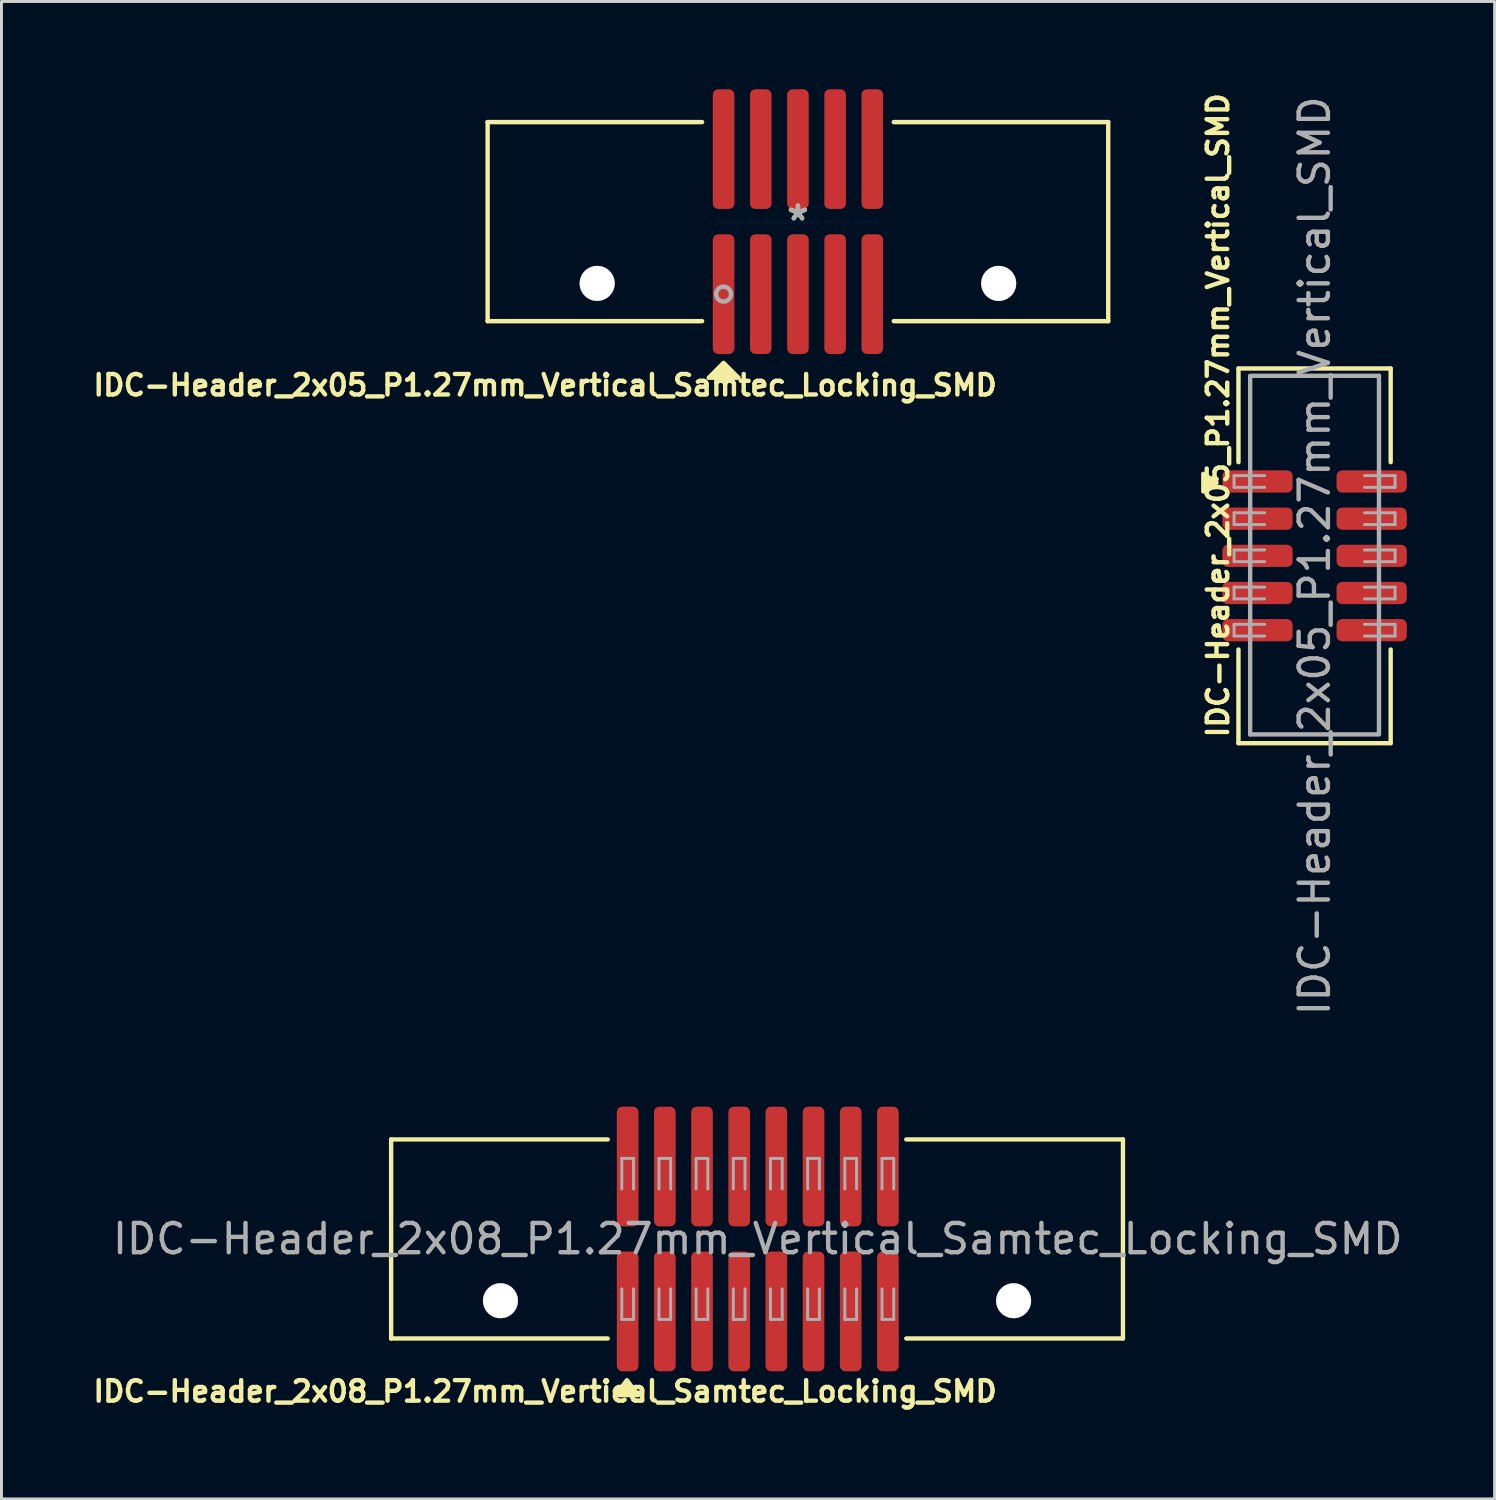
<source format=kicad_pcb>
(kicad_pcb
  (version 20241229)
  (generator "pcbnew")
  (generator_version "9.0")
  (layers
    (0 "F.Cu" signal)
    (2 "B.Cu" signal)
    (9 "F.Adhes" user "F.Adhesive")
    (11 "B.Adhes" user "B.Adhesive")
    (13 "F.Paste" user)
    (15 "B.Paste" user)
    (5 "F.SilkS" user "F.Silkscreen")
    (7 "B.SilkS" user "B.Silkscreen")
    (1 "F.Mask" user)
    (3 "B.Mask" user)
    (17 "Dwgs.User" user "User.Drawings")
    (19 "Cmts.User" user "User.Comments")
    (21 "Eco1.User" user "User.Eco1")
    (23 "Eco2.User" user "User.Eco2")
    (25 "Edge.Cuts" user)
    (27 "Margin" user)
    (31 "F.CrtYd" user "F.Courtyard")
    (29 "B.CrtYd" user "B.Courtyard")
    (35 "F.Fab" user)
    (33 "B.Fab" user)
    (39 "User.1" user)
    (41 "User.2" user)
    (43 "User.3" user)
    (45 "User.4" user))
  (footprint "IDC-Header_2x05_P1.27mm_Vertical_SMD"
    (layer "F.Cu")
    (at 41.857 15.938)
    (property "Reference" "IDC-Header_2x05_P1.27mm_Vertical_SMD" (at -3.3 -4.8 270) (layer "F.SilkS") (effects (font (size 0.7 0.7) (thickness 0.15))))
    (attr smd)
    (fp_line (start -2.6 -6.4) (end 2.6 -6.4) (stroke (width 0.15) (type solid)) (layer "F.SilkS"))
    (fp_line (start -2.6 -3.2) (end -2.6 -6.4) (stroke (width 0.15) (type solid)) (layer "F.SilkS"))
    (fp_line (start -2.6 6.4) (end -2.6 3.2) (stroke (width 0.15) (type solid)) (layer "F.SilkS"))
    (fp_line (start -2.6 6.4) (end 2.6 6.4) (stroke (width 0.15) (type solid)) (layer "F.SilkS"))
    (fp_line (start 2.6 -3.2) (end 2.6 -6.4) (stroke (width 0.15) (type solid)) (layer "F.SilkS"))
    (fp_line (start 2.6 6.4) (end 2.6 3.2) (stroke (width 0.15) (type solid)) (layer "F.SilkS"))
    (fp_poly (pts (xy -3.35 -2.5) (xy -3.8 -2.8) (xy -3.8 -2.2)) (stroke (width 0.15) (type solid)) (fill yes) (layer "F.SilkS"))
    (fp_line (start -2.75 -2.74) (end -2.75 -2.34) (stroke (width 0.1) (type solid)) (layer "F.Fab"))
    (fp_line (start -2.75 -2.34) (end -1.705 -2.34) (stroke (width 0.1) (type solid)) (layer "F.Fab"))
    (fp_line (start -2.75 -1.47) (end -2.75 -1.07) (stroke (width 0.1) (type solid)) (layer "F.Fab"))
    (fp_line (start -2.75 -1.07) (end -1.705 -1.07) (stroke (width 0.1) (type solid)) (layer "F.Fab"))
    (fp_line (start -2.75 -0.2) (end -2.75 0.2) (stroke (width 0.1) (type solid)) (layer "F.Fab"))
    (fp_line (start -2.75 0.2) (end -1.705 0.2) (stroke (width 0.1) (type solid)) (layer "F.Fab"))
    (fp_line (start -2.75 1.07) (end -2.75 1.47) (stroke (width 0.1) (type solid)) (layer "F.Fab"))
    (fp_line (start -2.75 1.47) (end -1.705 1.47) (stroke (width 0.1) (type solid)) (layer "F.Fab"))
    (fp_line (start -2.75 2.34) (end -2.75 2.74) (stroke (width 0.1) (type solid)) (layer "F.Fab"))
    (fp_line (start -2.75 2.74) (end -1.705 2.74) (stroke (width 0.1) (type solid)) (layer "F.Fab"))
    (fp_line (start -2.2 -6.15) (end 2.2 -6.15) (stroke (width 0.15) (type solid)) (layer "F.Fab"))
    (fp_line (start -2.2 6.1) (end -2.2 -6.1) (stroke (width 0.15) (type solid)) (layer "F.Fab"))
    (fp_line (start -2.2 6.1) (end 2.2 6.1) (stroke (width 0.15) (type solid)) (layer "F.Fab"))
    (fp_line (start -1.705 -2.74) (end -2.75 -2.74) (stroke (width 0.1) (type solid)) (layer "F.Fab"))
    (fp_line (start -1.705 -1.47) (end -2.75 -1.47) (stroke (width 0.1) (type solid)) (layer "F.Fab"))
    (fp_line (start -1.705 -0.2) (end -2.75 -0.2) (stroke (width 0.1) (type solid)) (layer "F.Fab"))
    (fp_line (start -1.705 1.07) (end -2.75 1.07) (stroke (width 0.1) (type solid)) (layer "F.Fab"))
    (fp_line (start -1.705 2.34) (end -2.75 2.34) (stroke (width 0.1) (type solid)) (layer "F.Fab"))
    (fp_line (start 1.705 -2.74) (end 2.75 -2.74) (stroke (width 0.1) (type solid)) (layer "F.Fab"))
    (fp_line (start 1.705 -1.47) (end 2.75 -1.47) (stroke (width 0.1) (type solid)) (layer "F.Fab"))
    (fp_line (start 1.705 -0.2) (end 2.75 -0.2) (stroke (width 0.1) (type solid)) (layer "F.Fab"))
    (fp_line (start 1.705 1.07) (end 2.75 1.07) (stroke (width 0.1) (type solid)) (layer "F.Fab"))
    (fp_line (start 1.705 2.34) (end 2.75 2.34) (stroke (width 0.1) (type solid)) (layer "F.Fab"))
    (fp_line (start 2.2 -6.15) (end 2.2 6.05) (stroke (width 0.15) (type solid)) (layer "F.Fab"))
    (fp_line (start 2.75 -2.74) (end 2.75 -2.34) (stroke (width 0.1) (type solid)) (layer "F.Fab"))
    (fp_line (start 2.75 -2.34) (end 1.705 -2.34) (stroke (width 0.1) (type solid)) (layer "F.Fab"))
    (fp_line (start 2.75 -1.47) (end 2.75 -1.07) (stroke (width 0.1) (type solid)) (layer "F.Fab"))
    (fp_line (start 2.75 -1.07) (end 1.705 -1.07) (stroke (width 0.1) (type solid)) (layer "F.Fab"))
    (fp_line (start 2.75 -0.2) (end 2.75 0.2) (stroke (width 0.1) (type solid)) (layer "F.Fab"))
    (fp_line (start 2.75 0.2) (end 1.705 0.2) (stroke (width 0.1) (type solid)) (layer "F.Fab"))
    (fp_line (start 2.75 1.07) (end 2.75 1.47) (stroke (width 0.1) (type solid)) (layer "F.Fab"))
    (fp_line (start 2.75 1.47) (end 1.705 1.47) (stroke (width 0.1) (type solid)) (layer "F.Fab"))
    (fp_line (start 2.75 2.34) (end 2.75 2.74) (stroke (width 0.1) (type solid)) (layer "F.Fab"))
    (fp_line (start 2.75 2.74) (end 1.705 2.74) (stroke (width 0.1) (type solid)) (layer "F.Fab"))
    (fp_text user "${REFERENCE}" (at 0 0 90) (layer "F.Fab") (effects (font (size 1 1) (thickness 0.15))))
    (pad "1" smd roundrect (at -1.95 -2.54) (size 2.4 0.76) (layers "F.Cu" "F.Mask" "F.Paste") (roundrect_rratio 0.25))
    (pad "2" smd roundrect (at 1.95 -2.54) (size 2.4 0.76) (layers "F.Cu" "F.Mask" "F.Paste") (roundrect_rratio 0.25))
    (pad "3" smd roundrect (at -1.95 -1.27) (size 2.4 0.76) (layers "F.Cu" "F.Mask" "F.Paste") (roundrect_rratio 0.25))
    (pad "4" smd roundrect (at 1.95 -1.27) (size 2.4 0.76) (layers "F.Cu" "F.Mask" "F.Paste") (roundrect_rratio 0.25))
    (pad "5" smd roundrect (at -1.95 0) (size 2.4 0.76) (layers "F.Cu" "F.Mask" "F.Paste") (roundrect_rratio 0.25))
    (pad "6" smd roundrect (at 1.95 0) (size 2.4 0.76) (layers "F.Cu" "F.Mask" "F.Paste") (roundrect_rratio 0.25))
    (pad "7" smd roundrect (at -1.95 1.27) (size 2.4 0.76) (layers "F.Cu" "F.Mask" "F.Paste") (roundrect_rratio 0.25))
    (pad "8" smd roundrect (at 1.95 1.27) (size 2.4 0.76) (layers "F.Cu" "F.Mask" "F.Paste") (roundrect_rratio 0.25))
    (pad "9" smd roundrect (at -1.95 2.54) (size 2.4 0.76) (layers "F.Cu" "F.Mask" "F.Paste") (roundrect_rratio 0.25))
    (pad "10" smd roundrect (at 1.95 2.54) (size 2.4 0.76) (layers "F.Cu" "F.Mask" "F.Paste") (roundrect_rratio 0.25)))
  (footprint "IDC-Header_2x08_P1.27mm_Vertical_Samtec_Locking_SMD"
    (layer "F.Cu")
    (at 22.811 39.274)
    (property "Reference" "IDC-Header_2x08_P1.27mm_Vertical_Samtec_Locking_SMD" (at -7.239 5.207 180) (layer "F.SilkS") (effects (font (size 0.7 0.7) (thickness 0.15))))
    (attr smd)
    (fp_line (start -12.5 -3.4) (end -12.5 3.4) (stroke (width 0.15) (type solid)) (layer "F.SilkS"))
    (fp_line (start -5.1 -3.4) (end -12.5 -3.4) (stroke (width 0.15) (type solid)) (layer "F.SilkS"))
    (fp_line (start -5.1 3.4) (end -12.5 3.4) (stroke (width 0.15) (type solid)) (layer "F.SilkS"))
    (fp_line (start 5.1 -3.4) (end 12.5 -3.4) (stroke (width 0.15) (type solid)) (layer "F.SilkS"))
    (fp_line (start 12.5 -3.4) (end 12.5 3.4) (stroke (width 0.15) (type solid)) (layer "F.SilkS"))
    (fp_line (start 12.5 3.4) (end 5.1 3.4) (stroke (width 0.15) (type solid)) (layer "F.SilkS"))
    (fp_poly (pts (xy -4.445 4.826) (xy -4.826 5.334) (xy -4.064 5.334)) (stroke (width 0.15) (type solid)) (fill yes) (layer "F.SilkS"))
    (fp_line (start -4.62 -2.752) (end -4.22 -2.752) (stroke (width 0.1) (type solid)) (layer "F.Fab"))
    (fp_line (start -4.62 -1.707) (end -4.62 -2.752) (stroke (width 0.1) (type solid)) (layer "F.Fab"))
    (fp_line (start -4.62 1.703) (end -4.62 2.748) (stroke (width 0.1) (type solid)) (layer "F.Fab"))
    (fp_line (start -4.62 2.748) (end -4.22 2.748) (stroke (width 0.1) (type solid)) (layer "F.Fab"))
    (fp_line (start -4.22 -2.752) (end -4.22 -1.707) (stroke (width 0.1) (type solid)) (layer "F.Fab"))
    (fp_line (start -4.22 2.748) (end -4.22 1.703) (stroke (width 0.1) (type solid)) (layer "F.Fab"))
    (fp_line (start -3.35 -2.752) (end -2.95 -2.752) (stroke (width 0.1) (type solid)) (layer "F.Fab"))
    (fp_line (start -3.35 -1.707) (end -3.35 -2.752) (stroke (width 0.1) (type solid)) (layer "F.Fab"))
    (fp_line (start -3.35 1.703) (end -3.35 2.748) (stroke (width 0.1) (type solid)) (layer "F.Fab"))
    (fp_line (start -3.35 2.748) (end -2.95 2.748) (stroke (width 0.1) (type solid)) (layer "F.Fab"))
    (fp_line (start -2.95 -2.752) (end -2.95 -1.707) (stroke (width 0.1) (type solid)) (layer "F.Fab"))
    (fp_line (start -2.95 2.748) (end -2.95 1.703) (stroke (width 0.1) (type solid)) (layer "F.Fab"))
    (fp_line (start -2.08 -2.752) (end -1.68 -2.752) (stroke (width 0.1) (type solid)) (layer "F.Fab"))
    (fp_line (start -2.08 -1.707) (end -2.08 -2.752) (stroke (width 0.1) (type solid)) (layer "F.Fab"))
    (fp_line (start -2.08 1.703) (end -2.08 2.748) (stroke (width 0.1) (type solid)) (layer "F.Fab"))
    (fp_line (start -2.08 2.748) (end -1.68 2.748) (stroke (width 0.1) (type solid)) (layer "F.Fab"))
    (fp_line (start -1.68 -2.752) (end -1.68 -1.707) (stroke (width 0.1) (type solid)) (layer "F.Fab"))
    (fp_line (start -1.68 2.748) (end -1.68 1.703) (stroke (width 0.1) (type solid)) (layer "F.Fab"))
    (fp_line (start -0.81 -2.752) (end -0.41 -2.752) (stroke (width 0.1) (type solid)) (layer "F.Fab"))
    (fp_line (start -0.81 -1.707) (end -0.81 -2.752) (stroke (width 0.1) (type solid)) (layer "F.Fab"))
    (fp_line (start -0.81 1.703) (end -0.81 2.748) (stroke (width 0.1) (type solid)) (layer "F.Fab"))
    (fp_line (start -0.81 2.748) (end -0.41 2.748) (stroke (width 0.1) (type solid)) (layer "F.Fab"))
    (fp_line (start -0.41 -2.752) (end -0.41 -1.707) (stroke (width 0.1) (type solid)) (layer "F.Fab"))
    (fp_line (start -0.41 2.748) (end -0.41 1.703) (stroke (width 0.1) (type solid)) (layer "F.Fab"))
    (fp_line (start 0.46 -2.752) (end 0.86 -2.752) (stroke (width 0.1) (type solid)) (layer "F.Fab"))
    (fp_line (start 0.46 -1.707) (end 0.46 -2.752) (stroke (width 0.1) (type solid)) (layer "F.Fab"))
    (fp_line (start 0.46 1.703) (end 0.46 2.748) (stroke (width 0.1) (type solid)) (layer "F.Fab"))
    (fp_line (start 0.46 2.748) (end 0.86 2.748) (stroke (width 0.1) (type solid)) (layer "F.Fab"))
    (fp_line (start 0.86 -2.752) (end 0.86 -1.707) (stroke (width 0.1) (type solid)) (layer "F.Fab"))
    (fp_line (start 0.86 2.748) (end 0.86 1.703) (stroke (width 0.1) (type solid)) (layer "F.Fab"))
    (fp_line (start 1.73 -2.752) (end 2.13 -2.752) (stroke (width 0.1) (type solid)) (layer "F.Fab"))
    (fp_line (start 1.73 -1.707) (end 1.73 -2.752) (stroke (width 0.1) (type solid)) (layer "F.Fab"))
    (fp_line (start 1.73 1.703) (end 1.73 2.748) (stroke (width 0.1) (type solid)) (layer "F.Fab"))
    (fp_line (start 1.73 2.748) (end 2.13 2.748) (stroke (width 0.1) (type solid)) (layer "F.Fab"))
    (fp_line (start 2.13 -2.752) (end 2.13 -1.707) (stroke (width 0.1) (type solid)) (layer "F.Fab"))
    (fp_line (start 2.13 2.748) (end 2.13 1.703) (stroke (width 0.1) (type solid)) (layer "F.Fab"))
    (fp_line (start 3 -2.752) (end 3.4 -2.752) (stroke (width 0.1) (type solid)) (layer "F.Fab"))
    (fp_line (start 3 -1.707) (end 3 -2.752) (stroke (width 0.1) (type solid)) (layer "F.Fab"))
    (fp_line (start 3 1.703) (end 3 2.748) (stroke (width 0.1) (type solid)) (layer "F.Fab"))
    (fp_line (start 3 2.748) (end 3.4 2.748) (stroke (width 0.1) (type solid)) (layer "F.Fab"))
    (fp_line (start 3.4 -2.752) (end 3.4 -1.707) (stroke (width 0.1) (type solid)) (layer "F.Fab"))
    (fp_line (start 3.4 2.748) (end 3.4 1.703) (stroke (width 0.1) (type solid)) (layer "F.Fab"))
    (fp_line (start 4.27 -2.752) (end 4.67 -2.752) (stroke (width 0.1) (type solid)) (layer "F.Fab"))
    (fp_line (start 4.27 -1.707) (end 4.27 -2.752) (stroke (width 0.1) (type solid)) (layer "F.Fab"))
    (fp_line (start 4.27 1.703) (end 4.27 2.748) (stroke (width 0.1) (type solid)) (layer "F.Fab"))
    (fp_line (start 4.27 2.748) (end 4.67 2.748) (stroke (width 0.1) (type solid)) (layer "F.Fab"))
    (fp_line (start 4.67 -2.752) (end 4.67 -1.707) (stroke (width 0.1) (type solid)) (layer "F.Fab"))
    (fp_line (start 4.67 2.748) (end 4.67 1.703) (stroke (width 0.1) (type solid)) (layer "F.Fab"))
    (fp_text user "${REFERENCE}" (at 0.025 -0.002 180) (layer "F.Fab") (effects (font (size 1 1) (thickness 0.15))))
    (pad "" np_thru_hole circle (at -8.765 2.11 90) (size 1.2 1.2) (drill 1.19) (layers "*.Cu" "*.Mask"))
    (pad "" np_thru_hole circle (at 8.765 2.11 90) (size 1.2 1.2) (drill 1.19) (layers "*.Cu" "*.Mask"))
    (pad "1" smd roundrect (at -4.42 2.475 90) (size 4.09 0.74) (layers "F.Cu" "F.Mask" "F.Paste") (roundrect_rratio 0.25))
    (pad "2" smd roundrect (at -4.42 -2.475 90) (size 4.09 0.74) (layers "F.Cu" "F.Mask" "F.Paste") (roundrect_rratio 0.25))
    (pad "3" smd roundrect (at -3.15 2.475 90) (size 4.09 0.74) (layers "F.Cu" "F.Mask" "F.Paste") (roundrect_rratio 0.25))
    (pad "4" smd roundrect (at -3.15 -2.475 90) (size 4.09 0.74) (layers "F.Cu" "F.Mask" "F.Paste") (roundrect_rratio 0.25))
    (pad "5" smd roundrect (at -1.88 2.475 90) (size 4.09 0.74) (layers "F.Cu" "F.Mask" "F.Paste") (roundrect_rratio 0.25))
    (pad "6" smd roundrect (at -1.88 -2.475 90) (size 4.09 0.74) (layers "F.Cu" "F.Mask" "F.Paste") (roundrect_rratio 0.25))
    (pad "7" smd roundrect (at -0.61 2.475 90) (size 4.09 0.74) (layers "F.Cu" "F.Mask" "F.Paste") (roundrect_rratio 0.25))
    (pad "8" smd roundrect (at -0.61 -2.475 90) (size 4.09 0.74) (layers "F.Cu" "F.Mask" "F.Paste") (roundrect_rratio 0.25))
    (pad "9" smd roundrect (at 0.66 2.475 90) (size 4.09 0.74) (layers "F.Cu" "F.Mask" "F.Paste") (roundrect_rratio 0.25))
    (pad "10" smd roundrect (at 0.66 -2.475 90) (size 4.09 0.74) (layers "F.Cu" "F.Mask" "F.Paste") (roundrect_rratio 0.25))
    (pad "11" smd roundrect (at 1.93 2.475 90) (size 4.09 0.74) (layers "F.Cu" "F.Mask" "F.Paste") (roundrect_rratio 0.25))
    (pad "12" smd roundrect (at 1.93 -2.475 90) (size 4.09 0.74) (layers "F.Cu" "F.Mask" "F.Paste") (roundrect_rratio 0.25))
    (pad "13" smd roundrect (at 3.2 2.475 90) (size 4.09 0.74) (layers "F.Cu" "F.Mask" "F.Paste") (roundrect_rratio 0.25))
    (pad "14" smd roundrect (at 3.2 -2.475 90) (size 4.09 0.74) (layers "F.Cu" "F.Mask" "F.Paste") (roundrect_rratio 0.25))
    (pad "15" smd roundrect (at 4.47 2.475 90) (size 4.09 0.74) (layers "F.Cu" "F.Mask" "F.Paste") (roundrect_rratio 0.25))
    (pad "16" smd roundrect (at 4.47 -2.475 90) (size 4.09 0.74) (layers "F.Cu" "F.Mask" "F.Paste") (roundrect_rratio 0.25)))
  (footprint "IDC-Header_2x05_P1.27mm_Vertical_Samtec_Locking_SMD"
    (layer "F.Cu")
    (at 24.208 4.521)
    (property "Reference" "IDC-Header_2x05_P1.27mm_Vertical_Samtec_Locking_SMD" (at -8.636 5.588 0) (layer "F.SilkS") (effects (font (size 0.7 0.7) (thickness 0.15))))
    (attr smd)
    (fp_line (start -10.6 -3.4) (end -10.6 3.4) (stroke (width 0.15) (type solid)) (layer "F.SilkS"))
    (fp_line (start -10.6 3.4) (end -3.275 3.4) (stroke (width 0.152) (type solid)) (layer "F.SilkS"))
    (fp_line (start -3.275 -3.4) (end -10.6 -3.4) (stroke (width 0.152) (type solid)) (layer "F.SilkS"))
    (fp_line (start 3.275 3.4) (end 10.6 3.4) (stroke (width 0.152) (type solid)) (layer "F.SilkS"))
    (fp_line (start 10.6 -3.4) (end 3.275 -3.4) (stroke (width 0.152) (type solid)) (layer "F.SilkS"))
    (fp_line (start 10.6 -3.4) (end 10.6 3.4) (stroke (width 0.15) (type solid)) (layer "F.SilkS"))
    (fp_poly (pts (xy -2.54 4.826) (xy -3.048 5.334) (xy -2.032 5.334)) (stroke (width 0.15) (type solid)) (fill yes) (layer "F.SilkS"))
    (fp_circle (center -2.54 2.477) (end -2.286 2.477) (stroke (width 0.152) (type solid)) (fill no) (layer "F.Fab"))
    (fp_text user "*" (at 0 0 0) (layer "F.SilkS") (effects (font (size 1 1) (thickness 0.15))))
    (fp_text user "Copyright 2016 Accelerated Designs. All rights reserved." (at 0 0 0) (layer "Cmts.User") (effects (font (size 0.127 0.127) (thickness 0.002))))
    (fp_text user "*" (at 0 0 0) (layer "F.Fab") (effects (font (size 1 1) (thickness 0.15))))
    (pad "" np_thru_hole circle (at -6.858 2.11) (size 1.2 1.2) (drill 1.194) (layers "*.Cu" "*.Mask"))
    (pad "" np_thru_hole circle (at 6.858 2.11) (size 1.2 1.2) (drill 1.194) (layers "*.Cu" "*.Mask"))
    (pad "1" smd roundrect (at -2.54 2.477 90) (size 4.089 0.737) (layers "F.Cu" "F.Mask" "F.Paste") (roundrect_rratio 0.25))
    (pad "2" smd roundrect (at -2.54 -2.477 90) (size 4.089 0.737) (layers "F.Cu" "F.Mask" "F.Paste") (roundrect_rratio 0.25))
    (pad "3" smd roundrect (at -1.27 2.477 90) (size 4.089 0.737) (layers "F.Cu" "F.Mask" "F.Paste") (roundrect_rratio 0.25))
    (pad "4" smd roundrect (at -1.27 -2.477 90) (size 4.089 0.737) (layers "F.Cu" "F.Mask" "F.Paste") (roundrect_rratio 0.25))
    (pad "5" smd roundrect (at 0 2.477 90) (size 4.089 0.737) (layers "F.Cu" "F.Mask" "F.Paste") (roundrect_rratio 0.25))
    (pad "6" smd roundrect (at 0 -2.477 90) (size 4.089 0.737) (layers "F.Cu" "F.Mask" "F.Paste") (roundrect_rratio 0.25))
    (pad "7" smd roundrect (at 1.27 2.477 90) (size 4.089 0.737) (layers "F.Cu" "F.Mask" "F.Paste") (roundrect_rratio 0.25))
    (pad "8" smd roundrect (at 1.27 -2.477 90) (size 4.089 0.737) (layers "F.Cu" "F.Mask" "F.Paste") (roundrect_rratio 0.25))
    (pad "9" smd roundrect (at 2.54 2.477 90) (size 4.089 0.737) (layers "F.Cu" "F.Mask" "F.Paste") (roundrect_rratio 0.25))
    (pad "10" smd roundrect (at 2.54 -2.477 90) (size 4.089 0.737) (layers "F.Cu" "F.Mask" "F.Paste") (roundrect_rratio 0.25)))
  (gr_rect
    (start -3 -3)
    (end 48.007 48.154)
    (stroke (width 0.1) (type default))
    (fill no)
    (layer "Edge.Cuts")))
</source>
